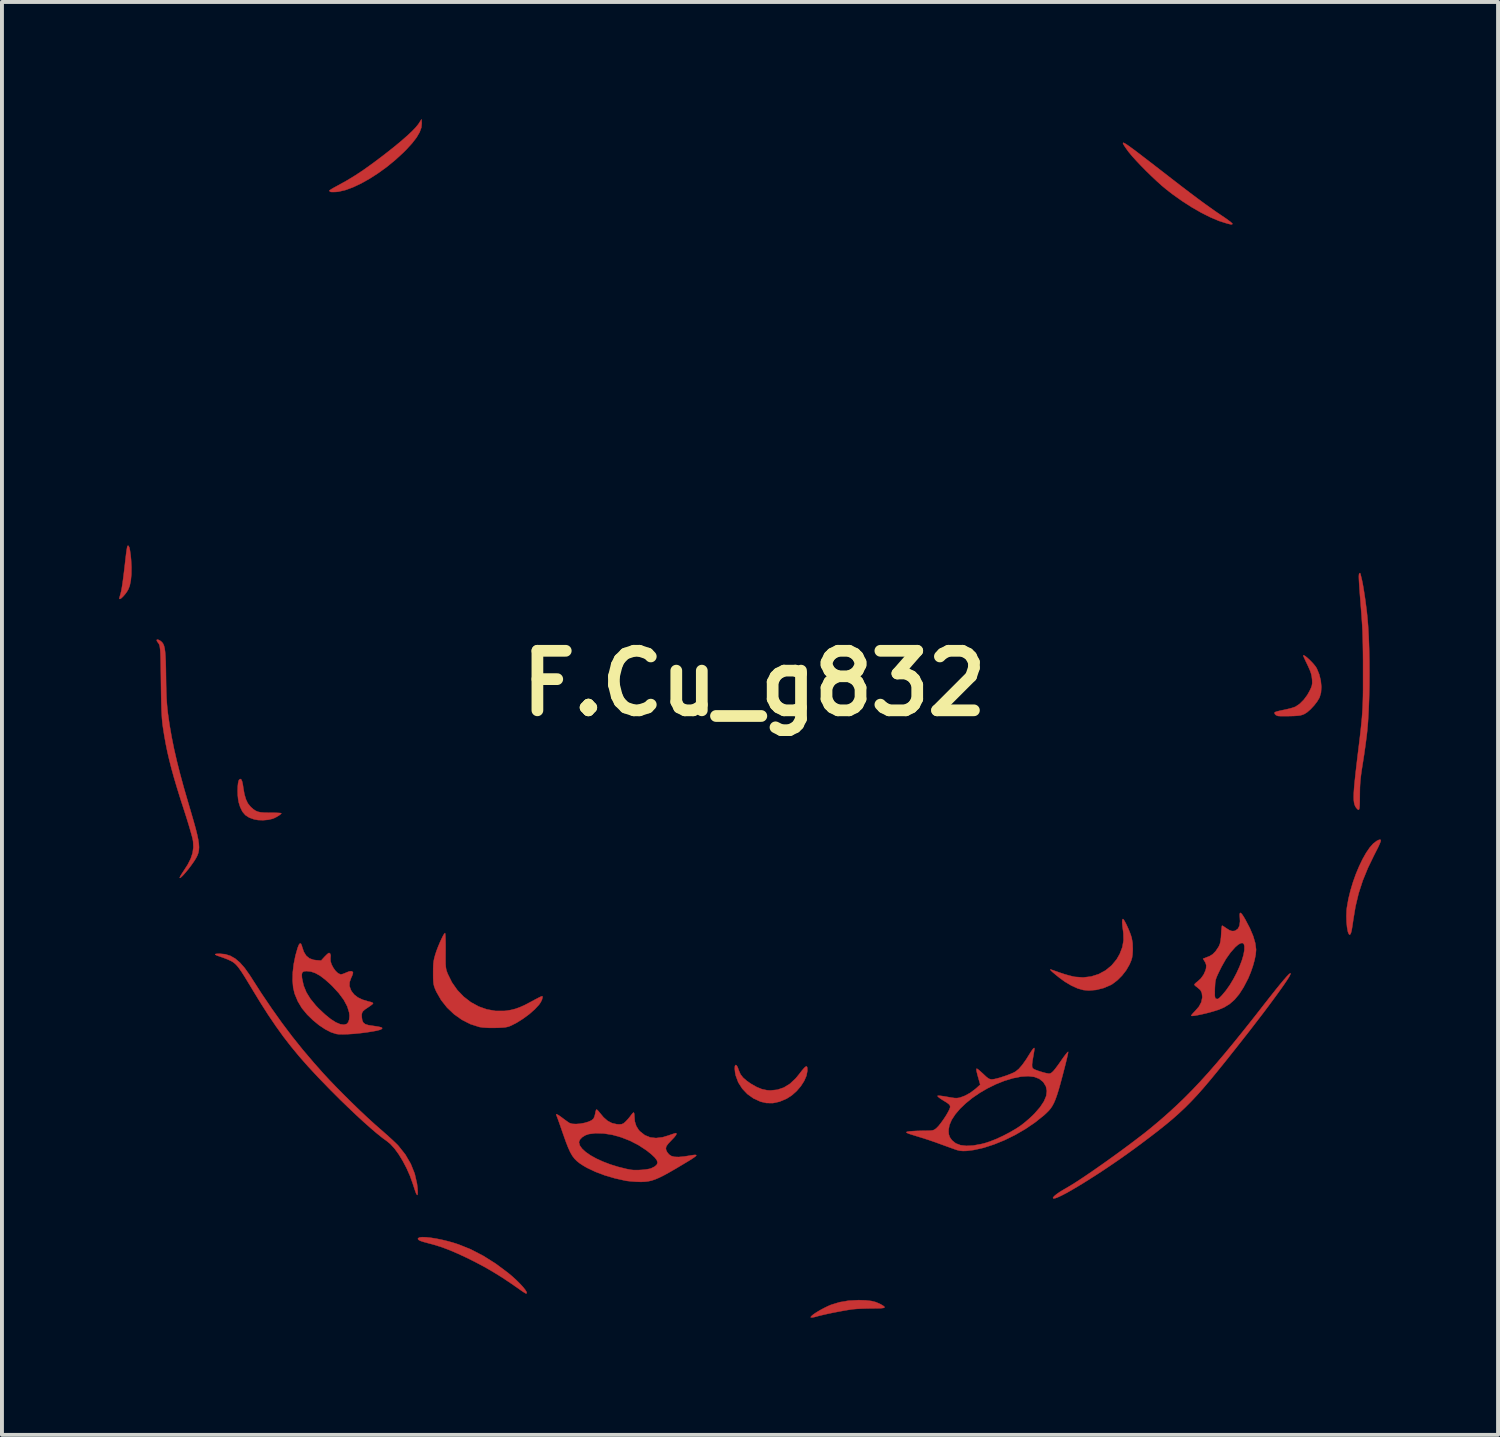
<source format=kicad_pcb>
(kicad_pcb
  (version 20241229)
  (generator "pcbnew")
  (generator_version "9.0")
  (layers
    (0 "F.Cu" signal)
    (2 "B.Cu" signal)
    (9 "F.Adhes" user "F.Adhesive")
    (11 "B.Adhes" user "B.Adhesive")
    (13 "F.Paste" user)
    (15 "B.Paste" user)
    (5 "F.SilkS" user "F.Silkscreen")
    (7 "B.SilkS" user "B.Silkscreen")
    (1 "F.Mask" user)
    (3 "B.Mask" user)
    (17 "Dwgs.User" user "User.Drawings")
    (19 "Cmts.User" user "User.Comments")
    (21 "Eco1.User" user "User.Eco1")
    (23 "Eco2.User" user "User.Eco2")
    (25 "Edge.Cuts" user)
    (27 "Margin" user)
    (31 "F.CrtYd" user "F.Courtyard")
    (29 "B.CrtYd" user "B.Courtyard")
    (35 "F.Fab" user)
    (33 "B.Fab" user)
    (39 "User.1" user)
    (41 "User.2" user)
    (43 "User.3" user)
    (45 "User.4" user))
  (footprint "F.Cu_g832"
    (layer "F.Cu")
    (at 16.261 14.447)
    (property "Reference" "F.Cu_g832" (at 0 0 0) (layer "F.SilkS") (effects (font (size 1.524 1.524) (thickness 0.3))))
    (attr through_hole)
    (fp_poly (pts (xy -16.002 -3.486) (xy -15.984 -3.407) (xy -15.967 -3.286) (xy -15.956 -3.179) (xy -15.945 -2.982) (xy -15.947 -2.8) (xy -15.962 -2.638) (xy -15.989 -2.504) (xy -16.023 -2.414) (xy -16.061 -2.348) (xy -16.108 -2.284) (xy -16.157 -2.228) (xy -16.201 -2.185) (xy -16.236 -2.162) (xy -16.254 -2.165) (xy -16.256 -2.175) (xy -16.25 -2.203) (xy -16.235 -2.257) (xy -16.224 -2.294) (xy -16.207 -2.363) (xy -16.189 -2.462) (xy -16.169 -2.593) (xy -16.147 -2.76) (xy -16.122 -2.965) (xy -16.096 -3.196) (xy -16.083 -3.306) (xy -16.07 -3.401) (xy -16.058 -3.474) (xy -16.048 -3.515) (xy -16.045 -3.521) (xy -16.023 -3.524) (xy -16.002 -3.486)) (stroke (width 0.01) (type solid)) (fill yes) (layer "F.Cu"))
    (fp_poly (pts (xy 16.04 4.011) (xy 16.037 4.045) (xy 16.015 4.104) (xy 15.975 4.192) (xy 15.914 4.312) (xy 15.876 4.386) (xy 15.712 4.725) (xy 15.579 5.051) (xy 15.474 5.375) (xy 15.394 5.709) (xy 15.335 6.064) (xy 15.334 6.075) (xy 15.314 6.212) (xy 15.297 6.312) (xy 15.281 6.379) (xy 15.265 6.418) (xy 15.247 6.434) (xy 15.241 6.435) (xy 15.223 6.416) (xy 15.204 6.371) (xy 15.199 6.355) (xy 15.178 6.243) (xy 15.165 6.104) (xy 15.161 5.955) (xy 15.166 5.812) (xy 15.175 5.734) (xy 15.212 5.522) (xy 15.265 5.306) (xy 15.329 5.091) (xy 15.404 4.881) (xy 15.487 4.683) (xy 15.575 4.5) (xy 15.666 4.339) (xy 15.758 4.204) (xy 15.849 4.101) (xy 15.937 4.034) (xy 15.943 4.03) (xy 15.992 4.007) (xy 16.025 4) (xy 16.04 4.011)) (stroke (width 0.01) (type solid)) (fill yes) (layer "F.Cu"))
    (fp_poly (pts (xy -8.513 -14.343) (xy -8.523 -14.233) (xy -8.567 -14.112) (xy -8.646 -13.977) (xy -8.762 -13.827) (xy -8.914 -13.661) (xy -8.999 -13.577) (xy -9.204 -13.39) (xy -9.418 -13.216) (xy -9.637 -13.058) (xy -9.857 -12.917) (xy -10.072 -12.797) (xy -10.277 -12.701) (xy -10.468 -12.631) (xy -10.639 -12.591) (xy -10.697 -12.584) (xy -10.77 -12.581) (xy -10.828 -12.582) (xy -10.853 -12.586) (xy -10.878 -12.608) (xy -10.88 -12.615) (xy -10.862 -12.631) (xy -10.814 -12.662) (xy -10.741 -12.704) (xy -10.652 -12.752) (xy -10.631 -12.763) (xy -10.423 -12.879) (xy -10.213 -13.007) (xy -9.992 -13.154) (xy -9.754 -13.325) (xy -9.684 -13.377) (xy -9.451 -13.554) (xy -9.24 -13.72) (xy -9.053 -13.874) (xy -8.893 -14.014) (xy -8.761 -14.137) (xy -8.661 -14.242) (xy -8.594 -14.326) (xy -8.59 -14.333) (xy -8.52 -14.442) (xy -8.513 -14.343)) (stroke (width 0.01) (type solid)) (fill yes) (layer "F.Cu"))
    (fp_poly (pts (xy -8.402 14.181) (xy -8.28 14.194) (xy -8.141 14.216) (xy -7.99 14.247) (xy -7.833 14.285) (xy -7.677 14.33) (xy -7.57 14.365) (xy -7.257 14.491) (xy -6.939 14.656) (xy -6.621 14.856) (xy -6.307 15.09) (xy -6.297 15.098) (xy -6.19 15.188) (xy -6.089 15.28) (xy -6 15.369) (xy -5.925 15.45) (xy -5.868 15.52) (xy -5.833 15.575) (xy -5.823 15.61) (xy -5.84 15.621) (xy -5.866 15.61) (xy -5.914 15.58) (xy -5.961 15.548) (xy -6.222 15.366) (xy -6.46 15.207) (xy -6.687 15.067) (xy -6.91 14.938) (xy -7.14 14.816) (xy -7.348 14.712) (xy -7.593 14.598) (xy -7.811 14.505) (xy -8.012 14.43) (xy -8.204 14.37) (xy -8.333 14.336) (xy -8.457 14.303) (xy -8.542 14.275) (xy -8.592 14.249) (xy -8.611 14.224) (xy -8.606 14.206) (xy -8.571 14.186) (xy -8.501 14.178) (xy -8.402 14.181)) (stroke (width 0.01) (type solid)) (fill yes) (layer "F.Cu"))
    (fp_poly (pts (xy 2.853 15.796) (xy 2.993 15.812) (xy 3.111 15.841) (xy 3.216 15.886) (xy 3.241 15.899) (xy 3.3 15.934) (xy 3.333 15.96) (xy 3.336 15.979) (xy 3.307 15.991) (xy 3.243 15.998) (xy 3.142 16.001) (xy 3.023 16.002) (xy 2.891 16.004) (xy 2.758 16.008) (xy 2.635 16.014) (xy 2.538 16.022) (xy 2.518 16.024) (xy 2.418 16.039) (xy 2.293 16.06) (xy 2.153 16.086) (xy 2.008 16.114) (xy 1.87 16.143) (xy 1.748 16.171) (xy 1.653 16.194) (xy 1.621 16.203) (xy 1.552 16.222) (xy 1.494 16.233) (xy 1.475 16.235) (xy 1.447 16.232) (xy 1.449 16.218) (xy 1.471 16.193) (xy 1.517 16.154) (xy 1.592 16.104) (xy 1.686 16.048) (xy 1.788 15.993) (xy 1.888 15.944) (xy 1.97 15.909) (xy 2.187 15.843) (xy 2.416 15.804) (xy 2.667 15.791) (xy 2.682 15.791) (xy 2.853 15.796)) (stroke (width 0.01) (type solid)) (fill yes) (layer "F.Cu"))
    (fp_poly (pts (xy -13.135 2.459) (xy -13.113 2.507) (xy -13.093 2.595) (xy -13.082 2.672) (xy -13.053 2.839) (xy -13.014 2.97) (xy -12.965 3.073) (xy -12.901 3.152) (xy -12.896 3.158) (xy -12.831 3.217) (xy -12.771 3.259) (xy -12.709 3.286) (xy -12.634 3.302) (xy -12.537 3.31) (xy -12.409 3.311) (xy -12.388 3.311) (xy -12.284 3.312) (xy -12.198 3.315) (xy -12.137 3.319) (xy -12.108 3.325) (xy -12.107 3.327) (xy -12.125 3.349) (xy -12.169 3.382) (xy -12.229 3.418) (xy -12.293 3.45) (xy -12.334 3.466) (xy -12.445 3.492) (xy -12.574 3.503) (xy -12.703 3.499) (xy -12.804 3.481) (xy -12.932 3.435) (xy -13.03 3.371) (xy -13.104 3.284) (xy -13.161 3.167) (xy -13.198 3.048) (xy -13.214 2.961) (xy -13.224 2.857) (xy -13.227 2.748) (xy -13.224 2.643) (xy -13.215 2.554) (xy -13.2 2.49) (xy -13.189 2.469) (xy -13.16 2.447) (xy -13.135 2.459)) (stroke (width 0.01) (type solid)) (fill yes) (layer "F.Cu"))
    (fp_poly (pts (xy -0.456 9.777) (xy -0.426 9.823) (xy -0.395 9.909) (xy -0.393 9.913) (xy -0.353 10.007) (xy -0.286 10.094) (xy -0.187 10.18) (xy -0.081 10.253) (xy 0.065 10.336) (xy 0.196 10.389) (xy 0.324 10.416) (xy 0.413 10.422) (xy 0.592 10.404) (xy 0.759 10.347) (xy 0.917 10.249) (xy 1.064 10.11) (xy 1.147 10.009) (xy 1.225 9.908) (xy 1.282 9.842) (xy 1.322 9.809) (xy 1.346 9.808) (xy 1.358 9.839) (xy 1.36 9.899) (xy 1.36 9.921) (xy 1.336 10.046) (xy 1.278 10.179) (xy 1.193 10.312) (xy 1.086 10.437) (xy 0.963 10.546) (xy 0.83 10.632) (xy 0.829 10.632) (xy 0.648 10.709) (xy 0.475 10.746) (xy 0.307 10.743) (xy 0.16 10.708) (xy -0.019 10.626) (xy -0.177 10.513) (xy -0.308 10.374) (xy -0.409 10.215) (xy -0.474 10.04) (xy -0.489 9.966) (xy -0.499 9.866) (xy -0.495 9.8) (xy -0.48 9.77) (xy -0.456 9.777)) (stroke (width 0.01) (type solid)) (fill yes) (layer "F.Cu"))
    (fp_poly (pts (xy 9.492 -13.824) (xy 9.564 -13.778) (xy 9.666 -13.704) (xy 9.698 -13.681) (xy 9.773 -13.625) (xy 9.874 -13.548) (xy 9.995 -13.455) (xy 10.13 -13.352) (xy 10.271 -13.243) (xy 10.411 -13.134) (xy 10.425 -13.124) (xy 10.694 -12.915) (xy 10.934 -12.73) (xy 11.148 -12.567) (xy 11.337 -12.425) (xy 11.506 -12.3) (xy 11.658 -12.191) (xy 11.795 -12.094) (xy 11.921 -12.008) (xy 11.954 -11.986) (xy 12.052 -11.92) (xy 12.136 -11.86) (xy 12.199 -11.812) (xy 12.236 -11.779) (xy 12.244 -11.767) (xy 12.235 -11.755) (xy 12.221 -11.751) (xy 12.191 -11.755) (xy 12.135 -11.768) (xy 12.097 -11.778) (xy 11.901 -11.84) (xy 11.683 -11.932) (xy 11.449 -12.049) (xy 11.205 -12.189) (xy 10.956 -12.349) (xy 10.707 -12.526) (xy 10.551 -12.647) (xy 10.439 -12.74) (xy 10.313 -12.853) (xy 10.177 -12.981) (xy 10.039 -13.115) (xy 9.906 -13.25) (xy 9.783 -13.38) (xy 9.676 -13.498) (xy 9.594 -13.597) (xy 9.57 -13.628) (xy 9.5 -13.726) (xy 9.456 -13.794) (xy 9.44 -13.832) (xy 9.451 -13.843) (xy 9.492 -13.824)) (stroke (width 0.01) (type solid)) (fill yes) (layer "F.Cu"))
    (fp_poly (pts (xy 9.46 6.051) (xy 9.49 6.1) (xy 9.528 6.173) (xy 9.567 6.258) (xy 9.606 6.349) (xy 9.639 6.437) (xy 9.663 6.513) (xy 9.664 6.518) (xy 9.687 6.649) (xy 9.692 6.801) (xy 9.691 6.847) (xy 9.684 6.95) (xy 9.672 7.028) (xy 9.649 7.101) (xy 9.613 7.186) (xy 9.604 7.205) (xy 9.522 7.346) (xy 9.415 7.483) (xy 9.293 7.604) (xy 9.167 7.699) (xy 9.127 7.722) (xy 8.944 7.8) (xy 8.754 7.848) (xy 8.566 7.863) (xy 8.428 7.851) (xy 8.284 7.811) (xy 8.124 7.739) (xy 7.955 7.639) (xy 7.821 7.542) (xy 7.716 7.458) (xy 7.64 7.394) (xy 7.593 7.349) (xy 7.579 7.326) (xy 7.584 7.324) (xy 7.607 7.33) (xy 7.662 7.349) (xy 7.74 7.376) (xy 7.825 7.406) (xy 7.936 7.443) (xy 8.053 7.477) (xy 8.157 7.503) (xy 8.211 7.514) (xy 8.421 7.529) (xy 8.625 7.505) (xy 8.818 7.444) (xy 8.994 7.349) (xy 9.15 7.221) (xy 9.279 7.065) (xy 9.358 6.927) (xy 9.425 6.753) (xy 9.455 6.581) (xy 9.451 6.397) (xy 9.445 6.344) (xy 9.427 6.208) (xy 9.42 6.112) (xy 9.424 6.054) (xy 9.438 6.033) (xy 9.44 6.032) (xy 9.46 6.051)) (stroke (width 0.01) (type solid)) (fill yes) (layer "F.Cu"))
    (fp_poly (pts (xy 14.102 -0.702) (xy 14.151 -0.664) (xy 14.209 -0.612) (xy 14.27 -0.551) (xy 14.327 -0.488) (xy 14.374 -0.429) (xy 14.403 -0.382) (xy 14.466 -0.229) (xy 14.505 -0.068) (xy 14.52 0.09) (xy 14.51 0.236) (xy 14.474 0.36) (xy 14.467 0.373) (xy 14.409 0.469) (xy 14.331 0.569) (xy 14.243 0.663) (xy 14.156 0.739) (xy 14.085 0.784) (xy 14.036 0.804) (xy 13.983 0.819) (xy 13.915 0.828) (xy 13.823 0.834) (xy 13.72 0.837) (xy 13.614 0.839) (xy 13.519 0.839) (xy 13.447 0.837) (xy 13.407 0.834) (xy 13.405 0.833) (xy 13.356 0.812) (xy 13.325 0.779) (xy 13.322 0.747) (xy 13.328 0.74) (xy 13.356 0.727) (xy 13.416 0.71) (xy 13.499 0.691) (xy 13.562 0.678) (xy 13.663 0.656) (xy 13.759 0.631) (xy 13.834 0.606) (xy 13.862 0.594) (xy 13.967 0.522) (xy 14.07 0.419) (xy 14.163 0.293) (xy 14.217 0.196) (xy 14.256 0.116) (xy 14.277 0.056) (xy 14.286 0.000238) (xy 14.285 -0.067) (xy 14.283 -0.102) (xy 14.274 -0.178) (xy 14.258 -0.249) (xy 14.23 -0.329) (xy 14.186 -0.429) (xy 14.164 -0.476) (xy 14.121 -0.565) (xy 14.087 -0.639) (xy 14.063 -0.691) (xy 14.055 -0.712) (xy 14.055 -0.712) (xy 14.067 -0.72) (xy 14.102 -0.702)) (stroke (width 0.01) (type solid)) (fill yes) (layer "F.Cu"))
    (fp_poly (pts (xy -7.912 6.413) (xy -7.907 6.469) (xy -7.904 6.557) (xy -7.902 6.669) (xy -7.902 6.801) (xy -7.902 6.842) (xy -7.903 6.991) (xy -7.903 7.105) (xy -7.902 7.191) (xy -7.897 7.256) (xy -7.89 7.306) (xy -7.88 7.35) (xy -7.865 7.393) (xy -7.848 7.437) (xy -7.74 7.656) (xy -7.602 7.852) (xy -7.44 8.021) (xy -7.257 8.162) (xy -7.057 8.272) (xy -6.844 8.347) (xy -6.623 8.386) (xy -6.398 8.386) (xy -6.358 8.382) (xy -6.232 8.362) (xy -6.116 8.333) (xy -5.999 8.291) (xy -5.871 8.233) (xy -5.721 8.154) (xy -5.687 8.136) (xy -5.595 8.086) (xy -5.516 8.045) (xy -5.459 8.018) (xy -5.428 8.007) (xy -5.426 8.008) (xy -5.42 8.041) (xy -5.435 8.097) (xy -5.467 8.163) (xy -5.509 8.225) (xy -5.619 8.344) (xy -5.759 8.467) (xy -5.917 8.584) (xy -6.082 8.688) (xy -6.218 8.758) (xy -6.273 8.781) (xy -6.325 8.796) (xy -6.384 8.807) (xy -6.46 8.813) (xy -6.564 8.818) (xy -6.625 8.819) (xy -6.801 8.819) (xy -6.942 8.811) (xy -7.038 8.797) (xy -7.266 8.724) (xy -7.483 8.614) (xy -7.685 8.471) (xy -7.865 8.3) (xy -8.018 8.106) (xy -8.14 7.893) (xy -8.175 7.812) (xy -8.195 7.757) (xy -8.208 7.702) (xy -8.216 7.637) (xy -8.22 7.552) (xy -8.221 7.437) (xy -8.221 7.408) (xy -8.22 7.283) (xy -8.216 7.188) (xy -8.207 7.109) (xy -8.192 7.035) (xy -8.169 6.952) (xy -8.163 6.932) (xy -8.132 6.839) (xy -8.093 6.738) (xy -8.051 6.637) (xy -8.009 6.545) (xy -7.971 6.468) (xy -7.94 6.415) (xy -7.919 6.393) (xy -7.917 6.392) (xy -7.912 6.413)) (stroke (width 0.01) (type solid)) (fill yes) (layer "F.Cu"))
    (fp_poly (pts (xy 13.732 7.426) (xy 13.724 7.456) (xy 13.691 7.518) (xy 13.634 7.608) (xy 13.555 7.725) (xy 13.455 7.866) (xy 13.336 8.03) (xy 13.2 8.214) (xy 13.048 8.417) (xy 12.881 8.635) (xy 12.702 8.868) (xy 12.511 9.112) (xy 12.31 9.367) (xy 12.101 9.63) (xy 12.075 9.663) (xy 11.867 9.92) (xy 11.68 10.148) (xy 11.508 10.351) (xy 11.346 10.534) (xy 11.189 10.701) (xy 11.033 10.858) (xy 10.873 11.008) (xy 10.705 11.157) (xy 10.522 11.309) (xy 10.321 11.469) (xy 10.096 11.641) (xy 9.843 11.831) (xy 9.821 11.847) (xy 9.625 11.99) (xy 9.424 12.134) (xy 9.221 12.274) (xy 9.019 12.411) (xy 8.821 12.542) (xy 8.629 12.665) (xy 8.447 12.78) (xy 8.276 12.884) (xy 8.121 12.975) (xy 7.983 13.053) (xy 7.865 13.114) (xy 7.77 13.158) (xy 7.7 13.183) (xy 7.66 13.188) (xy 7.65 13.17) (xy 7.652 13.163) (xy 7.681 13.128) (xy 7.74 13.079) (xy 7.823 13.021) (xy 7.923 12.96) (xy 7.98 12.927) (xy 8.089 12.863) (xy 8.227 12.777) (xy 8.389 12.671) (xy 8.57 12.549) (xy 8.764 12.415) (xy 8.968 12.272) (xy 9.176 12.123) (xy 9.384 11.972) (xy 9.586 11.823) (xy 9.778 11.678) (xy 9.956 11.542) (xy 10.113 11.417) (xy 10.202 11.344) (xy 10.414 11.165) (xy 10.618 10.985) (xy 10.817 10.802) (xy 11.014 10.613) (xy 11.21 10.415) (xy 11.409 10.205) (xy 11.614 9.98) (xy 11.827 9.736) (xy 12.051 9.472) (xy 12.289 9.184) (xy 12.543 8.869) (xy 12.816 8.525) (xy 13.043 8.234) (xy 13.21 8.021) (xy 13.352 7.842) (xy 13.47 7.696) (xy 13.566 7.582) (xy 13.639 7.499) (xy 13.691 7.446) (xy 13.722 7.423) (xy 13.732 7.426)) (stroke (width 0.01) (type solid)) (fill yes) (layer "F.Cu"))
    (fp_poly (pts (xy -13.546 6.934) (xy -13.414 6.975) (xy -13.289 7.046) (xy -13.168 7.149) (xy -13.046 7.288) (xy -12.92 7.466) (xy -12.89 7.512) (xy -12.618 7.936) (xy -12.354 8.326) (xy -12.094 8.692) (xy -11.831 9.041) (xy -11.56 9.379) (xy -11.275 9.714) (xy -11.039 9.98) (xy -10.88 10.152) (xy -10.699 10.34) (xy -10.503 10.538) (xy -10.3 10.739) (xy -10.097 10.936) (xy -9.901 11.12) (xy -9.719 11.286) (xy -9.588 11.401) (xy -9.475 11.5) (xy -9.366 11.596) (xy -9.268 11.686) (xy -9.187 11.762) (xy -9.129 11.819) (xy -9.115 11.834) (xy -8.934 12.062) (xy -8.794 12.302) (xy -8.694 12.551) (xy -8.635 12.809) (xy -8.621 12.928) (xy -8.616 13.024) (xy -8.618 13.08) (xy -8.627 13.1) (xy -8.643 13.083) (xy -8.654 13.065) (xy -8.668 13.03) (xy -8.691 12.965) (xy -8.719 12.88) (xy -8.743 12.806) (xy -8.814 12.608) (xy -8.9 12.414) (xy -8.997 12.229) (xy -9.1 12.06) (xy -9.206 11.914) (xy -9.312 11.797) (xy -9.403 11.721) (xy -9.517 11.638) (xy -9.656 11.527) (xy -9.817 11.39) (xy -9.997 11.23) (xy -10.192 11.051) (xy -10.399 10.854) (xy -10.616 10.644) (xy -10.838 10.422) (xy -10.891 10.368) (xy -11.167 10.083) (xy -11.416 9.815) (xy -11.643 9.558) (xy -11.854 9.303) (xy -12.054 9.045) (xy -12.248 8.775) (xy -12.442 8.489) (xy -12.641 8.177) (xy -12.85 7.834) (xy -12.864 7.81) (xy -12.969 7.637) (xy -13.055 7.496) (xy -13.127 7.384) (xy -13.188 7.297) (xy -13.241 7.23) (xy -13.289 7.18) (xy -13.336 7.142) (xy -13.383 7.113) (xy -13.426 7.092) (xy -13.517 7.053) (xy -13.614 7.016) (xy -13.674 6.996) (xy -13.757 6.967) (xy -13.8 6.945) (xy -13.802 6.931) (xy -13.762 6.924) (xy -13.689 6.921) (xy -13.546 6.934)) (stroke (width 0.01) (type solid)) (fill yes) (layer "F.Cu"))
    (fp_poly (pts (xy 15.521 -2.805) (xy 15.526 -2.782) (xy 15.542 -2.716) (xy 15.559 -2.646) (xy 15.576 -2.564) (xy 15.597 -2.448) (xy 15.619 -2.309) (xy 15.642 -2.155) (xy 15.663 -1.995) (xy 15.683 -1.838) (xy 15.695 -1.725) (xy 15.716 -1.481) (xy 15.732 -1.204) (xy 15.743 -0.901) (xy 15.75 -0.582) (xy 15.752 -0.254) (xy 15.75 0.075) (xy 15.742 0.396) (xy 15.73 0.7) (xy 15.714 0.98) (xy 15.696 1.198) (xy 15.682 1.324) (xy 15.662 1.48) (xy 15.639 1.652) (xy 15.614 1.828) (xy 15.588 1.996) (xy 15.584 2.021) (xy 15.557 2.191) (xy 15.537 2.33) (xy 15.523 2.447) (xy 15.514 2.554) (xy 15.508 2.66) (xy 15.506 2.776) (xy 15.505 2.873) (xy 15.504 3.016) (xy 15.501 3.12) (xy 15.495 3.189) (xy 15.485 3.227) (xy 15.469 3.237) (xy 15.446 3.223) (xy 15.416 3.189) (xy 15.411 3.183) (xy 15.389 3.149) (xy 15.371 3.106) (xy 15.358 3.054) (xy 15.35 2.986) (xy 15.348 2.901) (xy 15.351 2.795) (xy 15.36 2.664) (xy 15.375 2.505) (xy 15.395 2.314) (xy 15.421 2.088) (xy 15.45 1.841) (xy 15.481 1.591) (xy 15.507 1.376) (xy 15.528 1.191) (xy 15.545 1.027) (xy 15.559 0.88) (xy 15.569 0.743) (xy 15.577 0.608) (xy 15.582 0.471) (xy 15.586 0.323) (xy 15.588 0.16) (xy 15.588 -0.027) (xy 15.588 -0.242) (xy 15.588 -0.328) (xy 15.588 -0.584) (xy 15.586 -0.806) (xy 15.583 -0.999) (xy 15.579 -1.172) (xy 15.574 -1.331) (xy 15.566 -1.484) (xy 15.556 -1.638) (xy 15.545 -1.8) (xy 15.541 -1.841) (xy 15.524 -2.066) (xy 15.509 -2.253) (xy 15.498 -2.405) (xy 15.49 -2.526) (xy 15.484 -2.619) (xy 15.481 -2.69) (xy 15.48 -2.74) (xy 15.482 -2.775) (xy 15.485 -2.797) (xy 15.491 -2.811) (xy 15.492 -2.814) (xy 15.508 -2.827) (xy 15.521 -2.805)) (stroke (width 0.01) (type solid)) (fill yes) (layer "F.Cu"))
    (fp_poly (pts (xy -15.221 -1.1) (xy -15.19 -1.078) (xy -15.159 -1.049) (xy -15.133 -1.012) (xy -15.112 -0.963) (xy -15.096 -0.898) (xy -15.084 -0.812) (xy -15.075 -0.701) (xy -15.068 -0.562) (xy -15.064 -0.388) (xy -15.061 -0.177) (xy -15.061 -0.175) (xy -15.058 0.041) (xy -15.053 0.223) (xy -15.047 0.379) (xy -15.038 0.516) (xy -15.027 0.642) (xy -15.013 0.766) (xy -15.009 0.794) (xy -14.967 1.083) (xy -14.916 1.374) (xy -14.856 1.673) (xy -14.784 1.986) (xy -14.7 2.319) (xy -14.602 2.678) (xy -14.488 3.07) (xy -14.487 3.073) (xy -14.414 3.322) (xy -14.352 3.535) (xy -14.302 3.715) (xy -14.264 3.867) (xy -14.237 3.995) (xy -14.221 4.102) (xy -14.215 4.193) (xy -14.22 4.271) (xy -14.234 4.341) (xy -14.258 4.406) (xy -14.291 4.471) (xy -14.333 4.539) (xy -14.364 4.585) (xy -14.423 4.668) (xy -14.487 4.752) (xy -14.551 4.83) (xy -14.61 4.898) (xy -14.66 4.949) (xy -14.694 4.978) (xy -14.71 4.979) (xy -14.71 4.977) (xy -14.699 4.947) (xy -14.669 4.893) (xy -14.625 4.826) (xy -14.615 4.811) (xy -14.504 4.639) (xy -14.426 4.483) (xy -14.379 4.338) (xy -14.36 4.195) (xy -14.367 4.048) (xy -14.371 4.022) (xy -14.383 3.962) (xy -14.408 3.869) (xy -14.442 3.749) (xy -14.483 3.61) (xy -14.53 3.458) (xy -14.58 3.3) (xy -14.585 3.285) (xy -14.689 2.964) (xy -14.778 2.677) (xy -14.855 2.418) (xy -14.921 2.181) (xy -14.977 1.96) (xy -15.026 1.75) (xy -15.068 1.544) (xy -15.105 1.336) (xy -15.134 1.154) (xy -15.146 1.069) (xy -15.156 0.984) (xy -15.164 0.895) (xy -15.17 0.794) (xy -15.176 0.677) (xy -15.18 0.538) (xy -15.184 0.371) (xy -15.187 0.171) (xy -15.189 0.021) (xy -15.192 -0.21) (xy -15.195 -0.402) (xy -15.198 -0.56) (xy -15.201 -0.687) (xy -15.205 -0.787) (xy -15.21 -0.864) (xy -15.217 -0.921) (xy -15.224 -0.963) (xy -15.234 -0.994) (xy -15.245 -1.016) (xy -15.259 -1.034) (xy -15.262 -1.038) (xy -15.296 -1.088) (xy -15.296 -1.117) (xy -15.27 -1.122) (xy -15.221 -1.1)) (stroke (width 0.01) (type solid)) (fill yes) (layer "F.Cu"))
    (fp_poly (pts (xy 12.485 5.906) (xy 12.531 5.975) (xy 12.569 6.039) (xy 12.688 6.265) (xy 12.774 6.468) (xy 12.827 6.648) (xy 12.848 6.807) (xy 12.848 6.828) (xy 12.838 6.942) (xy 12.81 7.082) (xy 12.767 7.237) (xy 12.712 7.396) (xy 12.649 7.548) (xy 12.639 7.568) (xy 12.528 7.781) (xy 12.416 7.956) (xy 12.298 8.097) (xy 12.171 8.208) (xy 12.031 8.294) (xy 11.893 8.353) (xy 11.792 8.385) (xy 11.68 8.418) (xy 11.564 8.448) (xy 11.451 8.474) (xy 11.35 8.495) (xy 11.267 8.509) (xy 11.21 8.514) (xy 11.187 8.51) (xy 11.197 8.489) (xy 11.23 8.448) (xy 11.281 8.395) (xy 11.285 8.391) (xy 11.386 8.275) (xy 11.447 8.16) (xy 11.471 8.043) (xy 11.471 8.022) (xy 11.46 7.927) (xy 11.791 7.927) (xy 11.792 7.999) (xy 11.799 8.043) (xy 11.811 8.065) (xy 11.814 8.067) (xy 11.845 8.081) (xy 11.874 8.078) (xy 11.91 8.052) (xy 11.962 8) (xy 11.975 7.986) (xy 12.077 7.864) (xy 12.176 7.724) (xy 12.268 7.571) (xy 12.352 7.411) (xy 12.425 7.251) (xy 12.484 7.097) (xy 12.526 6.955) (xy 12.549 6.83) (xy 12.55 6.728) (xy 12.539 6.68) (xy 12.509 6.648) (xy 12.459 6.65) (xy 12.393 6.686) (xy 12.314 6.754) (xy 12.311 6.757) (xy 12.19 6.895) (xy 12.076 7.057) (xy 11.966 7.251) (xy 11.91 7.363) (xy 11.863 7.461) (xy 11.832 7.534) (xy 11.813 7.595) (xy 11.802 7.658) (xy 11.797 7.736) (xy 11.793 7.818) (xy 11.791 7.927) (xy 11.46 7.927) (xy 11.46 7.925) (xy 11.424 7.853) (xy 11.354 7.791) (xy 11.347 7.785) (xy 11.3 7.75) (xy 11.271 7.721) (xy 11.268 7.715) (xy 11.281 7.692) (xy 11.319 7.656) (xy 11.347 7.636) (xy 11.434 7.556) (xy 11.507 7.454) (xy 11.556 7.344) (xy 11.569 7.29) (xy 11.573 7.217) (xy 11.555 7.156) (xy 11.537 7.124) (xy 11.49 7.049) (xy 11.54 7.03) (xy 11.595 7.008) (xy 11.658 6.984) (xy 11.735 6.937) (xy 11.813 6.858) (xy 11.883 6.754) (xy 11.899 6.725) (xy 11.923 6.667) (xy 11.939 6.597) (xy 11.95 6.504) (xy 11.955 6.419) (xy 11.96 6.329) (xy 11.967 6.257) (xy 11.974 6.212) (xy 11.979 6.202) (xy 12.003 6.213) (xy 12.048 6.242) (xy 12.077 6.263) (xy 12.162 6.317) (xy 12.231 6.341) (xy 12.293 6.338) (xy 12.319 6.329) (xy 12.385 6.281) (xy 12.424 6.203) (xy 12.438 6.093) (xy 12.434 6.01) (xy 12.429 5.927) (xy 12.435 5.882) (xy 12.453 5.875) (xy 12.485 5.906)) (stroke (width 0.01) (type solid)) (fill yes) (layer "F.Cu"))
    (fp_poly (pts (xy -11.607 6.664) (xy -11.585 6.711) (xy -11.579 6.735) (xy -11.533 6.872) (xy -11.471 6.973) (xy -11.39 7.04) (xy -11.285 7.078) (xy -11.215 7.087) (xy -11.089 7.096) (xy -11 6.998) (xy -10.949 6.947) (xy -10.908 6.912) (xy -10.886 6.9) (xy -10.858 6.919) (xy -10.845 6.968) (xy -10.85 7.04) (xy -10.85 7.041) (xy -10.848 7.114) (xy -10.821 7.199) (xy -10.776 7.284) (xy -10.72 7.361) (xy -10.659 7.419) (xy -10.598 7.449) (xy -10.581 7.451) (xy -10.537 7.441) (xy -10.476 7.418) (xy -10.456 7.408) (xy -10.373 7.375) (xy -10.312 7.368) (xy -10.277 7.39) (xy -10.274 7.396) (xy -10.277 7.429) (xy -10.296 7.486) (xy -10.32 7.537) (xy -10.36 7.648) (xy -10.363 7.75) (xy -10.326 7.853) (xy -10.307 7.886) (xy -10.24 7.971) (xy -10.15 8.04) (xy -10.032 8.097) (xy -9.88 8.143) (xy -9.816 8.158) (xy -9.774 8.174) (xy -9.758 8.191) (xy -9.774 8.212) (xy -9.818 8.247) (xy -9.879 8.289) (xy -9.879 8.289) (xy -9.961 8.344) (xy -10.013 8.388) (xy -10.04 8.43) (xy -10.05 8.481) (xy -10.048 8.547) (xy -10.036 8.63) (xy -10.009 8.686) (xy -9.961 8.724) (xy -9.883 8.749) (xy -9.8 8.762) (xy -9.685 8.779) (xy -9.605 8.793) (xy -9.556 8.805) (xy -9.531 8.817) (xy -9.525 8.829) (xy -9.539 8.849) (xy -9.583 8.869) (xy -9.66 8.89) (xy -9.773 8.911) (xy -9.906 8.932) (xy -10.076 8.954) (xy -10.243 8.971) (xy -10.397 8.981) (xy -10.532 8.985) (xy -10.639 8.983) (xy -10.703 8.975) (xy -10.838 8.931) (xy -10.987 8.854) (xy -11.143 8.75) (xy -11.299 8.622) (xy -11.446 8.479) (xy -11.582 8.314) (xy -11.686 8.14) (xy -11.768 7.943) (xy -11.769 7.938) (xy -11.805 7.784) (xy -11.82 7.601) (xy -11.816 7.447) (xy -11.585 7.447) (xy -11.581 7.527) (xy -11.577 7.556) (xy -11.537 7.738) (xy -11.467 7.91) (xy -11.364 8.077) (xy -11.225 8.247) (xy -11.155 8.321) (xy -10.994 8.473) (xy -10.848 8.592) (xy -10.716 8.677) (xy -10.601 8.726) (xy -10.505 8.739) (xy -10.434 8.72) (xy -10.395 8.677) (xy -10.37 8.604) (xy -10.362 8.512) (xy -10.371 8.428) (xy -10.42 8.269) (xy -10.509 8.103) (xy -10.638 7.929) (xy -10.807 7.746) (xy -10.84 7.714) (xy -10.987 7.582) (xy -11.118 7.483) (xy -11.237 7.417) (xy -11.35 7.378) (xy -11.462 7.366) (xy -11.464 7.366) (xy -11.53 7.373) (xy -11.569 7.397) (xy -11.585 7.447) (xy -11.816 7.447) (xy -11.815 7.399) (xy -11.79 7.185) (xy -11.746 6.967) (xy -11.69 6.771) (xy -11.659 6.693) (xy -11.631 6.658) (xy -11.607 6.664)) (stroke (width 0.01) (type solid)) (fill yes) (layer "F.Cu"))
    (fp_poly (pts (xy -4.02 10.92) (xy -3.986 10.955) (xy -3.966 10.98) (xy -3.859 11.109) (xy -3.754 11.201) (xy -3.642 11.259) (xy -3.519 11.287) (xy -3.457 11.291) (xy -3.394 11.286) (xy -3.344 11.264) (xy -3.293 11.219) (xy -3.233 11.155) (xy -3.175 11.085) (xy -3.162 11.066) (xy -3.125 11.018) (xy -3.096 10.989) (xy -3.087 10.986) (xy -3.076 11.004) (xy -3.07 11.051) (xy -3.069 11.069) (xy -3.058 11.216) (xy -3.02 11.336) (xy -2.955 11.438) (xy -2.923 11.472) (xy -2.802 11.567) (xy -2.666 11.624) (xy -2.514 11.641) (xy -2.346 11.62) (xy -2.205 11.578) (xy -2.124 11.55) (xy -2.058 11.528) (xy -2.017 11.516) (xy -2.01 11.515) (xy -1.989 11.527) (xy -2.003 11.564) (xy -2.051 11.625) (xy -2.127 11.705) (xy -2.202 11.784) (xy -2.247 11.846) (xy -2.263 11.899) (xy -2.255 11.951) (xy -2.23 12.001) (xy -2.183 12.06) (xy -2.122 12.101) (xy -2.04 12.122) (xy -1.933 12.126) (xy -1.795 12.113) (xy -1.686 12.096) (xy -1.592 12.08) (xy -1.526 12.072) (xy -1.49 12.074) (xy -1.483 12.087) (xy -1.508 12.113) (xy -1.566 12.154) (xy -1.657 12.213) (xy -1.784 12.289) (xy -1.834 12.319) (xy -2.025 12.433) (xy -2.186 12.525) (xy -2.321 12.599) (xy -2.436 12.656) (xy -2.535 12.698) (xy -2.624 12.728) (xy -2.707 12.747) (xy -2.79 12.758) (xy -2.878 12.762) (xy -2.93 12.762) (xy -3.042 12.758) (xy -3.159 12.749) (xy -3.26 12.738) (xy -3.291 12.733) (xy -3.565 12.672) (xy -3.828 12.595) (xy -4.07 12.503) (xy -4.285 12.401) (xy -4.374 12.349) (xy -4.463 12.291) (xy -4.537 12.233) (xy -4.601 12.17) (xy -4.657 12.096) (xy -4.709 12.006) (xy -4.761 11.893) (xy -4.816 11.753) (xy -4.817 11.751) (xy -4.487 11.751) (xy -4.467 11.83) (xy -4.408 11.913) (xy -4.316 11.998) (xy -4.194 12.083) (xy -4.045 12.166) (xy -3.874 12.244) (xy -3.686 12.316) (xy -3.482 12.379) (xy -3.269 12.432) (xy -3.154 12.454) (xy -3.079 12.461) (xy -2.981 12.461) (xy -2.873 12.455) (xy -2.77 12.444) (xy -2.683 12.429) (xy -2.635 12.414) (xy -2.548 12.37) (xy -2.495 12.323) (xy -2.476 12.271) (xy -2.492 12.211) (xy -2.544 12.141) (xy -2.632 12.057) (xy -2.756 11.958) (xy -2.959 11.824) (xy -3.177 11.711) (xy -3.404 11.622) (xy -3.632 11.558) (xy -3.855 11.523) (xy -4.066 11.517) (xy -4.237 11.539) (xy -4.326 11.57) (xy -4.404 11.619) (xy -4.461 11.678) (xy -4.487 11.739) (xy -4.487 11.751) (xy -4.817 11.751) (xy -4.878 11.58) (xy -4.901 11.515) (xy -4.945 11.388) (xy -4.985 11.273) (xy -5.019 11.178) (xy -5.045 11.107) (xy -5.06 11.068) (xy -5.062 11.065) (xy -5.072 11.034) (xy -5.054 11.032) (xy -5.008 11.057) (xy -4.933 11.11) (xy -4.907 11.13) (xy -4.837 11.182) (xy -4.774 11.227) (xy -4.731 11.255) (xy -4.727 11.257) (xy -4.658 11.277) (xy -4.565 11.282) (xy -4.458 11.274) (xy -4.349 11.254) (xy -4.249 11.225) (xy -4.168 11.189) (xy -4.117 11.147) (xy -4.115 11.144) (xy -4.09 11.089) (xy -4.072 11.019) (xy -4.07 11.007) (xy -4.059 10.951) (xy -4.045 10.915) (xy -4.041 10.911) (xy -4.02 10.92)) (stroke (width 0.01) (type solid)) (fill yes) (layer "F.Cu"))
    (fp_poly (pts (xy 7.175 9.35) (xy 7.175 9.35) (xy 7.172 9.377) (xy 7.163 9.435) (xy 7.15 9.513) (xy 7.144 9.546) (xy 7.124 9.665) (xy 7.113 9.75) (xy 7.114 9.808) (xy 7.125 9.846) (xy 7.15 9.87) (xy 7.187 9.889) (xy 7.191 9.891) (xy 7.284 9.925) (xy 7.381 9.955) (xy 7.468 9.978) (xy 7.535 9.99) (xy 7.551 9.991) (xy 7.582 9.985) (xy 7.616 9.965) (xy 7.656 9.928) (xy 7.707 9.867) (xy 7.772 9.78) (xy 7.856 9.662) (xy 7.869 9.642) (xy 7.928 9.559) (xy 7.979 9.492) (xy 8.016 9.448) (xy 8.036 9.432) (xy 8.037 9.433) (xy 8.035 9.46) (xy 8.023 9.52) (xy 8.003 9.608) (xy 7.977 9.716) (xy 7.95 9.823) (xy 7.89 10.054) (xy 7.838 10.248) (xy 7.792 10.41) (xy 7.75 10.543) (xy 7.711 10.653) (xy 7.672 10.743) (xy 7.632 10.818) (xy 7.589 10.883) (xy 7.54 10.941) (xy 7.484 10.997) (xy 7.42 11.056) (xy 7.412 11.063) (xy 7.187 11.242) (xy 6.94 11.41) (xy 6.679 11.561) (xy 6.409 11.694) (xy 6.138 11.804) (xy 5.873 11.89) (xy 5.621 11.946) (xy 5.44 11.969) (xy 5.347 11.972) (xy 5.271 11.966) (xy 5.193 11.948) (xy 5.122 11.924) (xy 5.036 11.893) (xy 4.925 11.853) (xy 4.806 11.81) (xy 4.72 11.778) (xy 4.596 11.734) (xy 4.451 11.684) (xy 4.306 11.638) (xy 4.212 11.609) (xy 4.079 11.568) (xy 3.984 11.538) (xy 3.924 11.515) (xy 3.896 11.498) (xy 3.898 11.486) (xy 3.927 11.477) (xy 3.979 11.469) (xy 4.049 11.464) (xy 4.147 11.458) (xy 4.258 11.455) (xy 4.344 11.453) (xy 4.45 11.452) (xy 4.523 11.449) (xy 4.551 11.445) (xy 4.974 11.445) (xy 4.981 11.544) (xy 5.007 11.62) (xy 5.058 11.692) (xy 5.067 11.702) (xy 5.16 11.777) (xy 5.281 11.823) (xy 5.429 11.841) (xy 5.607 11.832) (xy 5.815 11.794) (xy 5.884 11.777) (xy 6.03 11.731) (xy 6.197 11.665) (xy 6.374 11.583) (xy 6.55 11.491) (xy 6.712 11.396) (xy 6.82 11.324) (xy 6.916 11.25) (xy 7.023 11.159) (xy 7.127 11.064) (xy 7.181 11.009) (xy 7.32 10.849) (xy 7.418 10.7) (xy 7.476 10.562) (xy 7.492 10.434) (xy 7.468 10.317) (xy 7.403 10.211) (xy 7.394 10.201) (xy 7.295 10.122) (xy 7.168 10.074) (xy 7.013 10.056) (xy 6.829 10.068) (xy 6.624 10.109) (xy 6.403 10.176) (xy 6.185 10.263) (xy 5.974 10.367) (xy 5.773 10.484) (xy 5.586 10.612) (xy 5.417 10.749) (xy 5.27 10.889) (xy 5.148 11.032) (xy 5.056 11.172) (xy 4.997 11.309) (xy 4.974 11.438) (xy 4.974 11.445) (xy 4.551 11.445) (xy 4.572 11.442) (xy 4.607 11.43) (xy 4.637 11.41) (xy 4.667 11.385) (xy 4.72 11.331) (xy 4.78 11.255) (xy 4.844 11.166) (xy 4.905 11.074) (xy 4.957 10.985) (xy 4.996 10.91) (xy 5.015 10.856) (xy 5.016 10.846) (xy 5.013 10.814) (xy 4.996 10.786) (xy 4.961 10.755) (xy 4.899 10.714) (xy 4.845 10.681) (xy 4.771 10.634) (xy 4.718 10.594) (xy 4.693 10.567) (xy 4.692 10.56) (xy 4.72 10.556) (xy 4.781 10.561) (xy 4.866 10.573) (xy 4.94 10.586) (xy 5.048 10.605) (xy 5.127 10.616) (xy 5.187 10.618) (xy 5.238 10.611) (xy 5.267 10.605) (xy 5.394 10.558) (xy 5.529 10.484) (xy 5.658 10.388) (xy 5.686 10.364) (xy 5.786 10.273) (xy 5.748 10.137) (xy 5.716 10.025) (xy 5.697 9.947) (xy 5.688 9.898) (xy 5.688 9.872) (xy 5.698 9.864) (xy 5.7 9.864) (xy 5.724 9.878) (xy 5.77 9.915) (xy 5.83 9.969) (xy 5.865 10.001) (xy 5.936 10.068) (xy 5.987 10.109) (xy 6.028 10.13) (xy 6.068 10.138) (xy 6.086 10.139) (xy 6.148 10.131) (xy 6.237 10.11) (xy 6.342 10.078) (xy 6.452 10.042) (xy 6.556 10.002) (xy 6.642 9.965) (xy 6.693 9.937) (xy 6.774 9.87) (xy 6.862 9.769) (xy 6.959 9.633) (xy 7.037 9.508) (xy 7.098 9.412) (xy 7.141 9.353) (xy 7.167 9.333) (xy 7.175 9.35)) (stroke (width 0.01) (type solid)) (fill yes) (layer "F.Cu")))
  (gr_rect
    (start -3 -3)
    (end 35.305 33.687)
    (stroke (width 0.1) (type default))
    (fill no)
    (layer "Edge.Cuts")))
</source>
